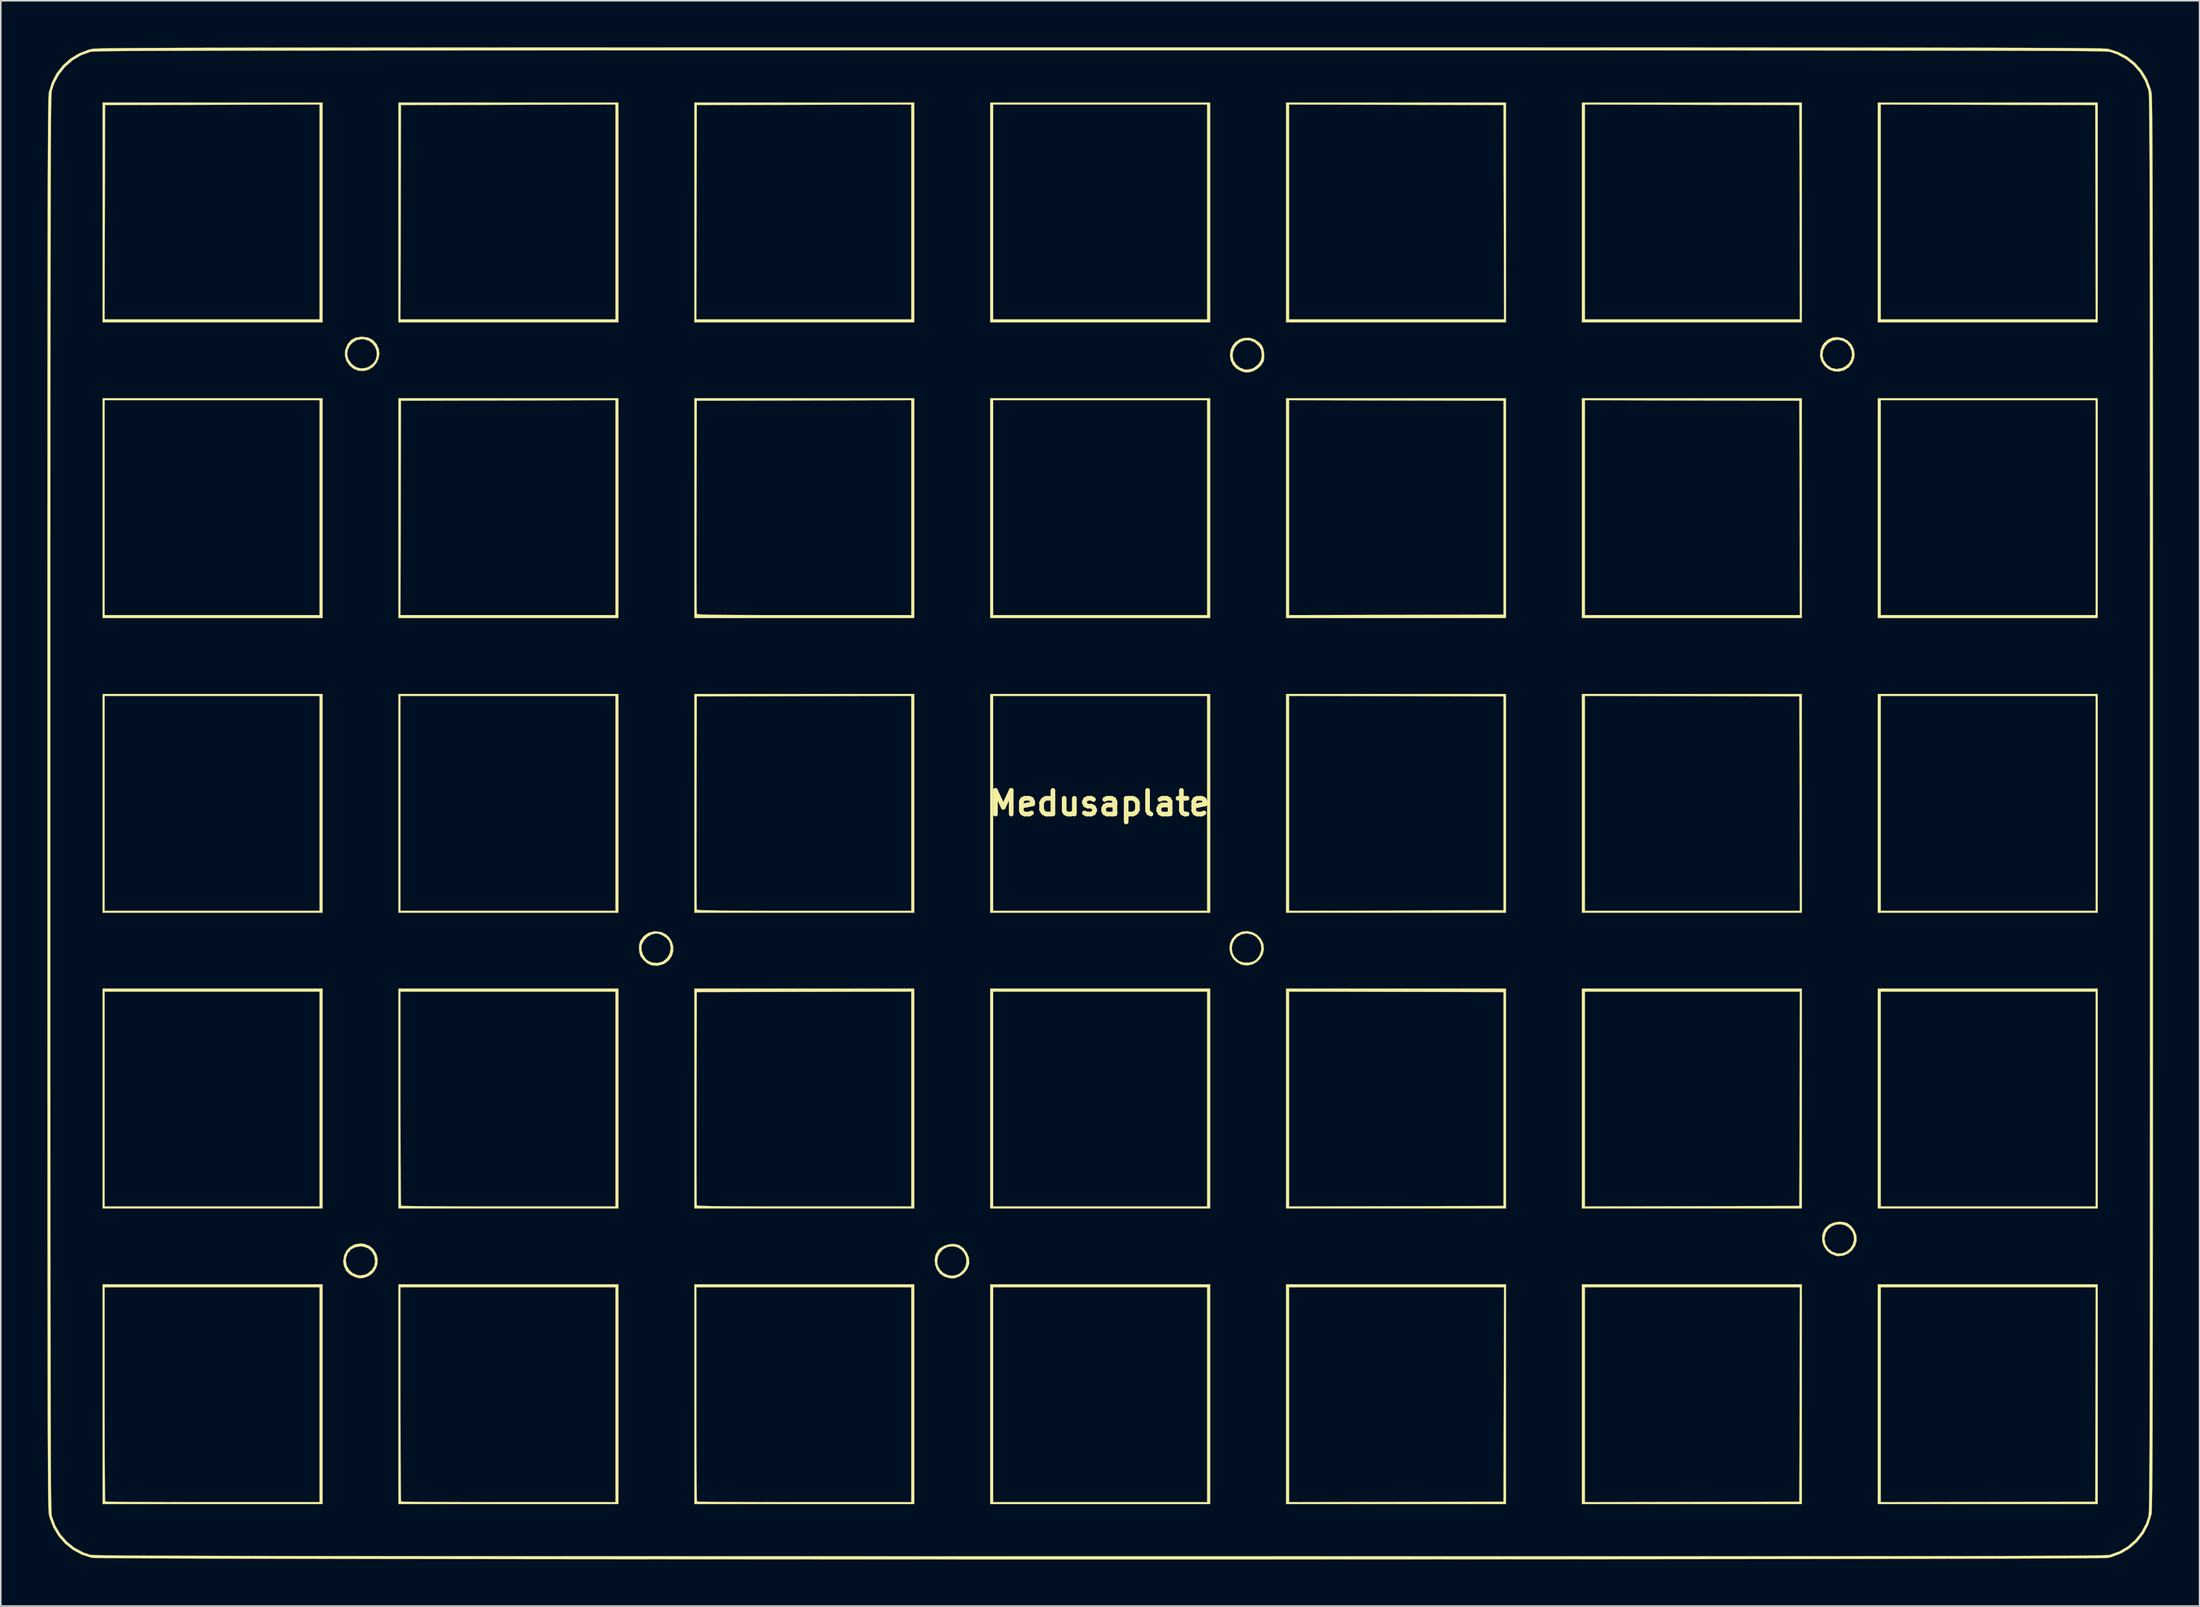
<source format=kicad_pcb>
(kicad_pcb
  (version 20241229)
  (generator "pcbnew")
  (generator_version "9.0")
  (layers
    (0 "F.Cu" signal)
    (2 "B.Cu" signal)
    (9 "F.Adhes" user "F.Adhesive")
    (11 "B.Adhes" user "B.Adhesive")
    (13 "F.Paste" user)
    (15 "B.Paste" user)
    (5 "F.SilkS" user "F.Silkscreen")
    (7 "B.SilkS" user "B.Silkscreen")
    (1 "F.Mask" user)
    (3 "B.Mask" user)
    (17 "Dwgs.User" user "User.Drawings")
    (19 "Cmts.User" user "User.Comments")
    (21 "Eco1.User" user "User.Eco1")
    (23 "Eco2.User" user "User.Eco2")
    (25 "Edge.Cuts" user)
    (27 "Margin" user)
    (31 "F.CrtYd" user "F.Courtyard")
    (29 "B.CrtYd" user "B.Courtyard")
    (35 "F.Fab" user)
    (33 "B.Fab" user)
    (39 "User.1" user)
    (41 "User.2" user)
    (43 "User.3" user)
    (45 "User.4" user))
  (footprint "Medusaplate"
    (layer "F.Cu")
    (at 67.757 48.707)
    (property "Reference" "Medusaplate" (at 0 0 0) (layer "F.SilkS") (effects (font (size 1.524 1.524) (thickness 0.3))))
    (attr through_hole)
    (fp_poly (pts (xy -50.038 -11.938) (xy -64.198 -11.938) (xy -64.198 -25.971) (xy -64.072 -25.971) (xy -64.072 -12.129) (xy -50.228 -12.129) (xy -50.228 -25.971) (xy -64.072 -25.971) (xy -64.198 -25.971) (xy -64.198 -26.099) (xy -50.038 -26.099) (xy -50.038 -11.938)) (stroke (width 0.01) (type solid)) (fill yes) (layer "F.SilkS"))
    (fp_poly (pts (xy -50.038 7.048) (xy -64.198 7.048) (xy -64.198 -6.921) (xy -64.072 -6.921) (xy -64.072 6.921) (xy -50.228 6.921) (xy -50.228 -6.921) (xy -64.072 -6.921) (xy -64.198 -6.921) (xy -64.198 -7.048) (xy -50.038 -7.048) (xy -50.038 7.048)) (stroke (width 0.01) (type solid)) (fill yes) (layer "F.SilkS"))
    (fp_poly (pts (xy -50.038 26.099) (xy -64.198 26.099) (xy -64.198 12.129) (xy -64.072 12.129) (xy -64.072 25.971) (xy -50.228 25.971) (xy -50.228 12.129) (xy -64.072 12.129) (xy -64.198 12.129) (xy -64.198 11.938) (xy -50.038 11.938) (xy -50.038 26.099)) (stroke (width 0.01) (type solid)) (fill yes) (layer "F.SilkS"))
    (fp_poly (pts (xy -30.988 7.048) (xy -45.148 7.048) (xy -45.148 -6.921) (xy -45.022 -6.921) (xy -45.022 6.921) (xy -31.178 6.921) (xy -31.178 -6.921) (xy -45.022 -6.921) (xy -45.148 -6.921) (xy -45.148 -7.048) (xy -30.988 -7.048) (xy -30.988 7.048)) (stroke (width 0.01) (type solid)) (fill yes) (layer "F.SilkS"))
    (fp_poly (pts (xy 7.112 -30.988) (xy -7.048 -30.988) (xy -7.048 -45.022) (xy -6.858 -45.022) (xy -6.858 -31.178) (xy 6.921 -31.178) (xy 6.921 -45.022) (xy -6.858 -45.022) (xy -7.048 -45.022) (xy -7.048 -45.148) (xy 7.112 -45.148) (xy 7.112 -30.988)) (stroke (width 0.01) (type solid)) (fill yes) (layer "F.SilkS"))
    (fp_poly (pts (xy 7.112 -11.938) (xy -7.048 -11.938) (xy -7.048 -25.971) (xy -6.858 -25.971) (xy -6.858 -12.129) (xy 6.921 -12.129) (xy 6.921 -25.971) (xy -6.858 -25.971) (xy -7.048 -25.971) (xy -7.048 -26.099) (xy 7.112 -26.099) (xy 7.112 -11.938)) (stroke (width 0.01) (type solid)) (fill yes) (layer "F.SilkS"))
    (fp_poly (pts (xy 7.112 7.048) (xy -7.048 7.048) (xy -7.048 -6.921) (xy -6.858 -6.921) (xy -6.858 6.921) (xy 6.921 6.921) (xy 6.921 -6.921) (xy -6.858 -6.921) (xy -7.048 -6.921) (xy -7.048 -7.048) (xy 7.112 -7.048) (xy 7.112 7.048)) (stroke (width 0.01) (type solid)) (fill yes) (layer "F.SilkS"))
    (fp_poly (pts (xy 7.112 26.099) (xy -7.048 26.099) (xy -7.048 12.129) (xy -6.858 12.129) (xy -6.858 25.971) (xy 6.921 25.971) (xy 6.921 12.129) (xy -6.858 12.129) (xy -7.048 12.129) (xy -7.048 11.938) (xy 7.112 11.938) (xy 7.112 26.099)) (stroke (width 0.01) (type solid)) (fill yes) (layer "F.SilkS"))
    (fp_poly (pts (xy 7.112 45.148) (xy -7.048 45.148) (xy -7.048 31.178) (xy -6.858 31.178) (xy -6.858 45.022) (xy 6.921 45.022) (xy 6.921 31.178) (xy -6.858 31.178) (xy -7.048 31.178) (xy -7.048 30.988) (xy 7.112 30.988) (xy 7.112 45.148)) (stroke (width 0.01) (type solid)) (fill yes) (layer "F.SilkS"))
    (fp_poly (pts (xy 26.162 45.148) (xy 12.002 45.148) (xy 12.002 31.178) (xy 12.192 31.178) (xy 12.192 45.022) (xy 26.003 44.99) (xy 26.036 31.178) (xy 12.192 31.178) (xy 12.002 31.178) (xy 12.002 30.988) (xy 26.162 30.988) (xy 26.162 45.148)) (stroke (width 0.01) (type solid)) (fill yes) (layer "F.SilkS"))
    (fp_poly (pts (xy 45.212 26.099) (xy 31.052 26.099) (xy 31.052 12.129) (xy 31.242 12.129) (xy 31.242 25.972) (xy 45.053 25.94) (xy 45.086 12.129) (xy 31.242 12.129) (xy 31.052 12.129) (xy 31.052 11.938) (xy 45.212 11.938) (xy 45.212 26.099)) (stroke (width 0.01) (type solid)) (fill yes) (layer "F.SilkS"))
    (fp_poly (pts (xy 45.212 45.148) (xy 31.052 45.148) (xy 31.052 31.178) (xy 31.242 31.178) (xy 31.242 45.022) (xy 45.053 44.99) (xy 45.086 31.178) (xy 31.242 31.178) (xy 31.052 31.178) (xy 31.052 30.988) (xy 45.212 30.988) (xy 45.212 45.148)) (stroke (width 0.01) (type solid)) (fill yes) (layer "F.SilkS"))
    (fp_poly (pts (xy 64.262 -11.938) (xy 50.102 -11.938) (xy 50.102 -25.971) (xy 50.292 -25.971) (xy 50.292 -12.129) (xy 64.135 -12.129) (xy 64.135 -25.971) (xy 50.292 -25.971) (xy 50.102 -25.971) (xy 50.102 -26.099) (xy 64.262 -26.099) (xy 64.262 -11.938)) (stroke (width 0.01) (type solid)) (fill yes) (layer "F.SilkS"))
    (fp_poly (pts (xy 64.262 7.048) (xy 50.102 7.048) (xy 50.102 -6.921) (xy 50.292 -6.921) (xy 50.292 6.921) (xy 64.135 6.921) (xy 64.135 -6.921) (xy 50.292 -6.921) (xy 50.102 -6.921) (xy 50.102 -7.048) (xy 64.262 -7.048) (xy 64.262 7.048)) (stroke (width 0.01) (type solid)) (fill yes) (layer "F.SilkS"))
    (fp_poly (pts (xy 64.262 26.099) (xy 50.102 26.099) (xy 50.102 12.129) (xy 50.292 12.129) (xy 50.292 25.971) (xy 64.135 25.971) (xy 64.135 12.129) (xy 50.292 12.129) (xy 50.102 12.129) (xy 50.102 11.938) (xy 64.262 11.938) (xy 64.262 26.099)) (stroke (width 0.01) (type solid)) (fill yes) (layer "F.SilkS"))
    (fp_poly (pts (xy 64.262 45.148) (xy 50.102 45.148) (xy 50.102 31.178) (xy 50.292 31.178) (xy 50.292 45.022) (xy 64.103 44.99) (xy 64.136 31.178) (xy 50.292 31.178) (xy 50.102 31.178) (xy 50.102 30.988) (xy 64.262 30.988) (xy 64.262 45.148)) (stroke (width 0.01) (type solid)) (fill yes) (layer "F.SilkS"))
    (fp_poly (pts (xy 26.162 -30.988) (xy 12.002 -30.988) (xy 12.002 -31.178) (xy 12.192 -31.178) (xy 26.036 -31.178) (xy 26.003 -44.99) (xy 19.098 -45.006) (xy 12.192 -45.022) (xy 12.192 -31.178) (xy 12.002 -31.178) (xy 12.002 -45.148) (xy 26.162 -45.148) (xy 26.162 -30.988)) (stroke (width 0.01) (type solid)) (fill yes) (layer "F.SilkS"))
    (fp_poly (pts (xy 26.162 -11.938) (xy 12.002 -11.938) (xy 12.002 -12.128) (xy 12.192 -12.128) (xy 26.003 -12.16) (xy 26.003 -25.94) (xy 19.098 -25.956) (xy 12.192 -25.972) (xy 12.192 -12.128) (xy 12.002 -12.128) (xy 12.002 -26.099) (xy 26.162 -26.099) (xy 26.162 -11.938)) (stroke (width 0.01) (type solid)) (fill yes) (layer "F.SilkS"))
    (fp_poly (pts (xy 26.162 7.048) (xy 12.002 7.048) (xy 12.002 6.922) (xy 12.192 6.922) (xy 26.003 6.89) (xy 26.003 -6.89) (xy 19.098 -6.906) (xy 12.192 -6.922) (xy 12.192 6.922) (xy 12.002 6.922) (xy 12.002 -7.048) (xy 26.162 -7.048) (xy 26.162 7.048)) (stroke (width 0.01) (type solid)) (fill yes) (layer "F.SilkS"))
    (fp_poly (pts (xy 26.162 26.099) (xy 12.002 26.099) (xy 12.002 25.972) (xy 12.192 25.972) (xy 26.003 25.94) (xy 26.003 12.16) (xy 19.098 12.144) (xy 12.192 12.128) (xy 12.192 25.972) (xy 12.002 25.972) (xy 12.002 11.938) (xy 26.162 11.938) (xy 26.162 26.099)) (stroke (width 0.01) (type solid)) (fill yes) (layer "F.SilkS"))
    (fp_poly (pts (xy 45.212 -30.988) (xy 31.052 -30.988) (xy 31.052 -31.178) (xy 31.242 -31.178) (xy 45.086 -31.178) (xy 45.053 -44.99) (xy 38.148 -45.006) (xy 31.242 -45.022) (xy 31.242 -31.178) (xy 31.052 -31.178) (xy 31.052 -45.148) (xy 45.212 -45.148) (xy 45.212 -30.988)) (stroke (width 0.01) (type solid)) (fill yes) (layer "F.SilkS"))
    (fp_poly (pts (xy 45.212 -11.938) (xy 31.052 -11.938) (xy 31.052 -12.129) (xy 31.242 -12.129) (xy 45.086 -12.129) (xy 45.053 -25.94) (xy 38.148 -25.956) (xy 31.242 -25.972) (xy 31.242 -12.129) (xy 31.052 -12.129) (xy 31.052 -26.099) (xy 45.212 -26.099) (xy 45.212 -11.938)) (stroke (width 0.01) (type solid)) (fill yes) (layer "F.SilkS"))
    (fp_poly (pts (xy 45.212 7.048) (xy 31.052 7.048) (xy 31.052 6.921) (xy 31.242 6.921) (xy 45.086 6.921) (xy 45.053 -6.89) (xy 38.148 -6.906) (xy 31.242 -6.922) (xy 31.242 6.921) (xy 31.052 6.921) (xy 31.052 -7.048) (xy 45.212 -7.048) (xy 45.212 7.048)) (stroke (width 0.01) (type solid)) (fill yes) (layer "F.SilkS"))
    (fp_poly (pts (xy 64.262 -30.988) (xy 50.102 -30.988) (xy 50.102 -31.178) (xy 50.292 -31.178) (xy 64.136 -31.178) (xy 64.103 -44.99) (xy 57.198 -45.006) (xy 50.292 -45.022) (xy 50.292 -31.178) (xy 50.102 -31.178) (xy 50.102 -45.148) (xy 64.262 -45.148) (xy 64.262 -30.988)) (stroke (width 0.01) (type solid)) (fill yes) (layer "F.SilkS"))
    (fp_poly (pts (xy -50.038 -30.988) (xy -64.198 -30.988) (xy -64.198 -31.178) (xy -64.072 -31.178) (xy -50.228 -31.178) (xy -50.228 -45.022) (xy -57.134 -45.006) (xy -64.04 -44.99) (xy -64.056 -38.084) (xy -64.072 -31.178) (xy -64.198 -31.178) (xy -64.198 -45.148) (xy -50.038 -45.148) (xy -50.038 -30.988)) (stroke (width 0.01) (type solid)) (fill yes) (layer "F.SilkS"))
    (fp_poly (pts (xy -30.988 -30.988) (xy -45.148 -30.988) (xy -45.148 -31.178) (xy -45.022 -31.178) (xy -31.178 -31.178) (xy -31.178 -45.022) (xy -38.084 -45.006) (xy -44.99 -44.99) (xy -45.006 -38.084) (xy -45.022 -31.178) (xy -45.148 -31.178) (xy -45.148 -45.148) (xy -30.988 -45.148) (xy -30.988 -30.988)) (stroke (width 0.01) (type solid)) (fill yes) (layer "F.SilkS"))
    (fp_poly (pts (xy -30.988 -11.938) (xy -45.148 -11.938) (xy -45.148 -12.129) (xy -45.022 -12.129) (xy -31.178 -12.129) (xy -31.178 -25.972) (xy -38.084 -25.956) (xy -44.99 -25.94) (xy -45.006 -19.034) (xy -45.022 -12.129) (xy -45.148 -12.129) (xy -45.148 -26.099) (xy -30.988 -26.099) (xy -30.988 -11.938)) (stroke (width 0.01) (type solid)) (fill yes) (layer "F.SilkS"))
    (fp_poly (pts (xy -11.938 -30.988) (xy -26.099 -30.988) (xy -26.099 -31.178) (xy -25.972 -31.178) (xy -12.129 -31.178) (xy -12.129 -45.022) (xy -19.034 -45.006) (xy -25.94 -44.99) (xy -25.956 -38.084) (xy -25.972 -31.178) (xy -26.099 -31.178) (xy -26.099 -45.148) (xy -11.938 -45.148) (xy -11.938 -30.988)) (stroke (width 0.01) (type solid)) (fill yes) (layer "F.SilkS"))
    (fp_poly (pts (xy -50.038 45.148) (xy -64.198 45.148) (xy -64.198 31.178) (xy -64.072 31.178) (xy -64.072 38.058) (xy -64.071 38.982) (xy -64.07 39.87) (xy -64.068 40.715) (xy -64.066 41.507) (xy -64.063 42.239) (xy -64.059 42.902) (xy -64.055 43.488) (xy -64.051 43.989) (xy -64.046 44.397) (xy -64.041 44.703) (xy -64.035 44.9) (xy -64.03 44.978) (xy -64.029 44.979) (xy -63.961 44.985) (xy -63.775 44.99) (xy -63.477 44.995) (xy -63.078 45) (xy -62.584 45.005) (xy -62.005 45.009) (xy -61.348 45.012) (xy -60.622 45.016) (xy -59.834 45.018) (xy -58.994 45.02) (xy -58.109 45.021) (xy -57.188 45.021) (xy -57.108 45.022) (xy -50.228 45.022) (xy -50.228 31.178) (xy -64.072 31.178) (xy -64.198 31.178) (xy -64.198 30.988) (xy -50.038 30.988) (xy -50.038 45.148)) (stroke (width 0.01) (type solid)) (fill yes) (layer "F.SilkS"))
    (fp_poly (pts (xy -30.988 26.099) (xy -45.148 26.099) (xy -45.148 12.129) (xy -45.022 12.129) (xy -45.022 19.008) (xy -45.021 19.932) (xy -45.02 20.82) (xy -45.018 21.665) (xy -45.016 22.457) (xy -45.013 23.189) (xy -45.009 23.852) (xy -45.005 24.438) (xy -45.001 24.939) (xy -44.996 25.347) (xy -44.991 25.653) (xy -44.985 25.85) (xy -44.98 25.928) (xy -44.979 25.929) (xy -44.911 25.935) (xy -44.725 25.94) (xy -44.427 25.945) (xy -44.028 25.95) (xy -43.534 25.955) (xy -42.955 25.959) (xy -42.298 25.962) (xy -41.572 25.966) (xy -40.784 25.968) (xy -39.944 25.97) (xy -39.059 25.971) (xy -38.138 25.971) (xy -38.058 25.971) (xy -31.178 25.971) (xy -31.178 12.129) (xy -45.022 12.129) (xy -45.148 12.129) (xy -45.148 11.938) (xy -30.988 11.938) (xy -30.988 26.099)) (stroke (width 0.01) (type solid)) (fill yes) (layer "F.SilkS"))
    (fp_poly (pts (xy -30.988 45.148) (xy -45.148 45.148) (xy -45.148 31.178) (xy -45.022 31.178) (xy -45.022 38.058) (xy -45.021 38.982) (xy -45.02 39.87) (xy -45.018 40.715) (xy -45.016 41.507) (xy -45.013 42.239) (xy -45.009 42.902) (xy -45.005 43.488) (xy -45.001 43.989) (xy -44.996 44.397) (xy -44.991 44.703) (xy -44.985 44.9) (xy -44.98 44.978) (xy -44.979 44.979) (xy -44.911 44.985) (xy -44.725 44.99) (xy -44.427 44.995) (xy -44.028 45) (xy -43.534 45.005) (xy -42.955 45.009) (xy -42.298 45.012) (xy -41.572 45.016) (xy -40.784 45.018) (xy -39.944 45.02) (xy -39.059 45.021) (xy -38.138 45.021) (xy -38.058 45.022) (xy -31.178 45.022) (xy -31.178 31.178) (xy -45.022 31.178) (xy -45.148 31.178) (xy -45.148 30.988) (xy -30.988 30.988) (xy -30.988 45.148)) (stroke (width 0.01) (type solid)) (fill yes) (layer "F.SilkS"))
    (fp_poly (pts (xy -11.938 45.148) (xy -26.099 45.148) (xy -26.099 31.178) (xy -25.971 31.178) (xy -25.971 38.058) (xy -25.971 38.982) (xy -25.97 39.87) (xy -25.968 40.715) (xy -25.966 41.507) (xy -25.963 42.239) (xy -25.959 42.902) (xy -25.955 43.488) (xy -25.951 43.989) (xy -25.946 44.397) (xy -25.941 44.703) (xy -25.935 44.9) (xy -25.93 44.978) (xy -25.929 44.979) (xy -25.861 44.985) (xy -25.675 44.99) (xy -25.377 44.995) (xy -24.978 45) (xy -24.484 45.005) (xy -23.905 45.009) (xy -23.248 45.012) (xy -22.522 45.016) (xy -21.734 45.018) (xy -20.894 45.02) (xy -20.009 45.021) (xy -19.088 45.021) (xy -19.008 45.022) (xy -12.129 45.022) (xy -12.129 31.178) (xy -25.971 31.178) (xy -26.099 31.178) (xy -26.099 30.988) (xy -11.938 30.988) (xy -11.938 45.148)) (stroke (width 0.01) (type solid)) (fill yes) (layer "F.SilkS"))
    (fp_poly (pts (xy -11.938 -11.938) (xy -26.099 -11.938) (xy -26.099 -15.672) (xy -25.96 -15.672) (xy -25.96 -14.941) (xy -25.959 -14.279) (xy -25.957 -13.693) (xy -25.955 -13.193) (xy -25.953 -12.786) (xy -25.95 -12.48) (xy -25.946 -12.285) (xy -25.942 -12.208) (xy -25.942 -12.208) (xy -25.914 -12.195) (xy -25.834 -12.183) (xy -25.698 -12.173) (xy -25.498 -12.164) (xy -25.23 -12.156) (xy -24.888 -12.15) (xy -24.464 -12.144) (xy -23.954 -12.139) (xy -23.351 -12.136) (xy -22.65 -12.133) (xy -21.844 -12.131) (xy -20.928 -12.129) (xy -19.895 -12.129) (xy -19.02 -12.129) (xy -12.129 -12.129) (xy -12.129 -25.972) (xy -19.034 -25.956) (xy -25.94 -25.94) (xy -25.956 -19.113) (xy -25.958 -18.192) (xy -25.959 -17.306) (xy -25.96 -16.463) (xy -25.96 -15.672) (xy -26.099 -15.672) (xy -26.099 -26.099) (xy -11.938 -26.099) (xy -11.938 -11.938)) (stroke (width 0.01) (type solid)) (fill yes) (layer "F.SilkS"))
    (fp_poly (pts (xy -11.938 7.048) (xy -26.099 7.048) (xy -26.099 3.378) (xy -25.96 3.378) (xy -25.96 4.109) (xy -25.959 4.771) (xy -25.957 5.357) (xy -25.955 5.857) (xy -25.953 6.264) (xy -25.95 6.57) (xy -25.946 6.765) (xy -25.942 6.842) (xy -25.942 6.842) (xy -25.914 6.855) (xy -25.834 6.867) (xy -25.698 6.877) (xy -25.498 6.886) (xy -25.23 6.894) (xy -24.888 6.9) (xy -24.464 6.906) (xy -23.954 6.911) (xy -23.351 6.914) (xy -22.65 6.917) (xy -21.844 6.919) (xy -20.928 6.921) (xy -19.895 6.921) (xy -19.02 6.921) (xy -12.129 6.921) (xy -12.129 -6.922) (xy -19.034 -6.906) (xy -25.94 -6.89) (xy -25.956 -0.064) (xy -25.958 0.858) (xy -25.959 1.744) (xy -25.96 2.587) (xy -25.96 3.378) (xy -26.099 3.378) (xy -26.099 -7.048) (xy -11.938 -7.048) (xy -11.938 7.048)) (stroke (width 0.01) (type solid)) (fill yes) (layer "F.SilkS"))
    (fp_poly (pts (xy -11.938 26.099) (xy -26.099 26.099) (xy -26.099 22.428) (xy -25.96 22.428) (xy -25.96 23.159) (xy -25.959 23.821) (xy -25.957 24.407) (xy -25.955 24.907) (xy -25.953 25.314) (xy -25.95 25.62) (xy -25.946 25.815) (xy -25.942 25.892) (xy -25.942 25.892) (xy -25.914 25.905) (xy -25.834 25.917) (xy -25.698 25.927) (xy -25.498 25.936) (xy -25.23 25.944) (xy -24.888 25.95) (xy -24.464 25.956) (xy -23.954 25.961) (xy -23.351 25.964) (xy -22.65 25.967) (xy -21.844 25.969) (xy -20.928 25.971) (xy -19.895 25.971) (xy -19.02 25.971) (xy -12.129 25.971) (xy -12.129 12.128) (xy -19.034 12.144) (xy -25.94 12.16) (xy -25.956 18.986) (xy -25.958 19.908) (xy -25.959 20.794) (xy -25.96 21.637) (xy -25.96 22.428) (xy -26.099 22.428) (xy -26.099 11.938) (xy -11.938 11.938) (xy -11.938 26.099)) (stroke (width 0.01) (type solid)) (fill yes) (layer "F.SilkS"))
    (fp_poly (pts (xy 47.842 -29.976) (xy 48.152 -29.818) (xy 48.394 -29.578) (xy 48.55 -29.276) (xy 48.607 -28.932) (xy 48.579 -28.675) (xy 48.445 -28.345) (xy 48.224 -28.086) (xy 47.939 -27.908) (xy 47.614 -27.822) (xy 47.273 -27.839) (xy 46.96 -27.958) (xy 46.67 -28.188) (xy 46.478 -28.479) (xy 46.387 -28.808) (xy 46.39 -28.874) (xy 46.541 -28.874) (xy 46.61 -28.577) (xy 46.635 -28.524) (xy 46.847 -28.234) (xy 47.118 -28.052) (xy 47.427 -27.982) (xy 47.759 -28.031) (xy 47.974 -28.126) (xy 48.226 -28.328) (xy 48.38 -28.58) (xy 48.441 -28.859) (xy 48.415 -29.142) (xy 48.31 -29.407) (xy 48.13 -29.631) (xy 47.883 -29.792) (xy 47.574 -29.867) (xy 47.498 -29.869) (xy 47.184 -29.814) (xy 46.916 -29.663) (xy 46.71 -29.441) (xy 46.58 -29.17) (xy 46.541 -28.874) (xy 46.39 -28.874) (xy 46.403 -29.15) (xy 46.529 -29.482) (xy 46.65 -29.654) (xy 46.908 -29.887) (xy 47.207 -30.009) (xy 47.479 -30.034) (xy 47.842 -29.976)) (stroke (width 0.01) (type solid)) (fill yes) (layer "F.SilkS"))
    (fp_poly (pts (xy -47.116 -30.012) (xy -46.803 -29.855) (xy -46.569 -29.605) (xy -46.419 -29.284) (xy -46.381 -28.955) (xy -46.44 -28.637) (xy -46.584 -28.349) (xy -46.799 -28.11) (xy -47.074 -27.939) (xy -47.394 -27.856) (xy -47.744 -27.879) (xy -48.058 -28.008) (xy -48.315 -28.228) (xy -48.501 -28.511) (xy -48.597 -28.83) (xy -48.595 -28.923) (xy -48.452 -28.923) (xy -48.381 -28.629) (xy -48.361 -28.588) (xy -48.148 -28.293) (xy -47.877 -28.102) (xy -47.568 -28.021) (xy -47.24 -28.057) (xy -47.048 -28.133) (xy -46.785 -28.327) (xy -46.62 -28.572) (xy -46.546 -28.847) (xy -46.558 -29.13) (xy -46.652 -29.399) (xy -46.82 -29.631) (xy -47.057 -29.805) (xy -47.358 -29.898) (xy -47.504 -29.908) (xy -47.817 -29.853) (xy -48.083 -29.704) (xy -48.288 -29.484) (xy -48.416 -29.215) (xy -48.452 -28.923) (xy -48.595 -28.923) (xy -48.588 -29.159) (xy -48.576 -29.21) (xy -48.428 -29.577) (xy -48.21 -29.84) (xy -47.917 -30) (xy -47.545 -30.062) (xy -47.497 -30.063) (xy -47.116 -30.012)) (stroke (width 0.01) (type solid)) (fill yes) (layer "F.SilkS"))
    (fp_poly (pts (xy -47.345 28.383) (xy -47.016 28.516) (xy -46.756 28.738) (xy -46.578 29.024) (xy -46.491 29.35) (xy -46.508 29.692) (xy -46.602 29.959) (xy -46.784 30.236) (xy -47.015 30.422) (xy -47.224 30.515) (xy -47.474 30.586) (xy -47.686 30.59) (xy -47.928 30.527) (xy -47.964 30.514) (xy -48.301 30.336) (xy -48.54 30.08) (xy -48.675 29.755) (xy -48.703 29.483) (xy -48.7 29.464) (xy -48.538 29.464) (xy -48.48 29.789) (xy -48.32 30.067) (xy -48.08 30.277) (xy -47.781 30.397) (xy -47.593 30.416) (xy -47.279 30.359) (xy -47.116 30.274) (xy -46.856 30.052) (xy -46.707 29.808) (xy -46.657 29.517) (xy -46.657 29.512) (xy -46.707 29.163) (xy -46.857 28.878) (xy -47.094 28.672) (xy -47.403 28.56) (xy -47.593 28.543) (xy -47.941 28.598) (xy -48.222 28.751) (xy -48.422 28.99) (xy -48.526 29.301) (xy -48.538 29.464) (xy -48.7 29.464) (xy -48.645 29.12) (xy -48.487 28.809) (xy -48.247 28.568) (xy -47.945 28.412) (xy -47.601 28.355) (xy -47.345 28.383)) (stroke (width 0.01) (type solid)) (fill yes) (layer "F.SilkS"))
    (fp_poly (pts (xy 47.951 26.986) (xy 48.181 27.072) (xy 48.393 27.242) (xy 48.578 27.493) (xy 48.703 27.778) (xy 48.726 27.869) (xy 48.733 28.205) (xy 48.632 28.519) (xy 48.445 28.792) (xy 48.189 29.004) (xy 47.887 29.137) (xy 47.556 29.171) (xy 47.403 29.149) (xy 47.07 29.015) (xy 46.807 28.795) (xy 46.622 28.514) (xy 46.523 28.194) (xy 46.523 28.06) (xy 46.673 28.06) (xy 46.732 28.392) (xy 46.9 28.676) (xy 47.161 28.886) (xy 47.171 28.891) (xy 47.495 29.002) (xy 47.82 28.986) (xy 48.071 28.892) (xy 48.318 28.7) (xy 48.486 28.436) (xy 48.567 28.133) (xy 48.55 27.822) (xy 48.451 27.574) (xy 48.236 27.324) (xy 47.974 27.173) (xy 47.687 27.115) (xy 47.399 27.143) (xy 47.13 27.252) (xy 46.905 27.435) (xy 46.746 27.686) (xy 46.674 27.999) (xy 46.673 28.06) (xy 46.523 28.06) (xy 46.521 27.858) (xy 46.624 27.532) (xy 46.722 27.374) (xy 46.959 27.155) (xy 47.267 27.012) (xy 47.61 26.953) (xy 47.951 26.986)) (stroke (width 0.01) (type solid)) (fill yes) (layer "F.SilkS"))
    (fp_poly (pts (xy -9.055 28.461) (xy -9.021 28.477) (xy -8.759 28.676) (xy -8.555 28.951) (xy -8.427 29.266) (xy -8.396 29.586) (xy -8.407 29.673) (xy -8.525 29.993) (xy -8.736 30.268) (xy -9.013 30.474) (xy -9.328 30.589) (xy -9.493 30.605) (xy -9.717 30.576) (xy -9.958 30.506) (xy -10.013 30.483) (xy -10.281 30.299) (xy -10.474 30.04) (xy -10.59 29.733) (xy -10.609 29.539) (xy -10.461 29.539) (xy -10.423 29.776) (xy -10.281 30.053) (xy -10.057 30.263) (xy -9.781 30.395) (xy -9.481 30.438) (xy -9.185 30.382) (xy -9.017 30.293) (xy -8.77 30.059) (xy -8.625 29.79) (xy -8.576 29.505) (xy -8.611 29.224) (xy -8.724 28.967) (xy -8.905 28.754) (xy -9.146 28.604) (xy -9.437 28.537) (xy -9.771 28.573) (xy -9.776 28.574) (xy -10.059 28.711) (xy -10.278 28.937) (xy -10.417 29.223) (xy -10.461 29.539) (xy -10.609 29.539) (xy -10.623 29.408) (xy -10.568 29.092) (xy -10.421 28.812) (xy -10.309 28.694) (xy -10.022 28.51) (xy -9.692 28.405) (xy -9.356 28.387) (xy -9.055 28.461)) (stroke (width 0.01) (type solid)) (fill yes) (layer "F.SilkS"))
    (fp_poly (pts (xy 9.84 8.306) (xy 10.135 8.469) (xy 10.372 8.715) (xy 10.528 9.033) (xy 10.537 9.067) (xy 10.57 9.408) (xy 10.496 9.727) (xy 10.331 10.008) (xy 10.097 10.232) (xy 9.81 10.384) (xy 9.489 10.445) (xy 9.154 10.398) (xy 9.112 10.384) (xy 8.796 10.211) (xy 8.563 9.966) (xy 8.416 9.672) (xy 8.36 9.353) (xy 8.362 9.335) (xy 8.507 9.335) (xy 8.546 9.62) (xy 8.674 9.884) (xy 8.896 10.105) (xy 9.018 10.179) (xy 9.282 10.259) (xy 9.583 10.264) (xy 9.868 10.199) (xy 10.022 10.117) (xy 10.168 9.972) (xy 10.295 9.789) (xy 10.303 9.774) (xy 10.405 9.452) (xy 10.395 9.137) (xy 10.287 8.85) (xy 10.093 8.614) (xy 9.827 8.452) (xy 9.502 8.383) (xy 9.461 8.382) (xy 9.136 8.435) (xy 8.873 8.58) (xy 8.676 8.793) (xy 8.553 9.052) (xy 8.507 9.335) (xy 8.362 9.335) (xy 8.396 9.031) (xy 8.527 8.73) (xy 8.757 8.473) (xy 8.853 8.404) (xy 9.175 8.263) (xy 9.511 8.234) (xy 9.84 8.306)) (stroke (width 0.01) (type solid)) (fill yes) (layer "F.SilkS"))
    (fp_poly (pts (xy -28.225 8.295) (xy -27.931 8.437) (xy -27.703 8.651) (xy -27.545 8.916) (xy -27.463 9.212) (xy -27.46 9.518) (xy -27.542 9.815) (xy -27.714 10.082) (xy -27.979 10.298) (xy -28.094 10.357) (xy -28.445 10.46) (xy -28.8 10.442) (xy -28.918 10.412) (xy -29.136 10.299) (xy -29.357 10.107) (xy -29.537 9.878) (xy -29.571 9.818) (xy -29.636 9.607) (xy -29.661 9.339) (xy -29.651 9.185) (xy -29.502 9.185) (xy -29.497 9.465) (xy -29.402 9.756) (xy -29.235 10.012) (xy -29.088 10.143) (xy -28.809 10.26) (xy -28.493 10.284) (xy -28.188 10.214) (xy -28.082 10.16) (xy -27.839 9.945) (xy -27.683 9.664) (xy -27.62 9.351) (xy -27.661 9.037) (xy -27.747 8.845) (xy -27.912 8.662) (xy -28.146 8.505) (xy -28.395 8.403) (xy -28.543 8.382) (xy -28.842 8.441) (xy -29.12 8.6) (xy -29.345 8.832) (xy -29.484 9.111) (xy -29.502 9.185) (xy -29.651 9.185) (xy -29.644 9.075) (xy -29.587 8.877) (xy -29.361 8.562) (xy -29.068 8.352) (xy -28.714 8.253) (xy -28.58 8.245) (xy -28.225 8.295)) (stroke (width 0.01) (type solid)) (fill yes) (layer "F.SilkS"))
    (fp_poly (pts (xy 9.964 -29.898) (xy 10.274 -29.691) (xy 10.436 -29.51) (xy 10.529 -29.311) (xy 10.584 -29.042) (xy 10.597 -28.756) (xy 10.561 -28.506) (xy 10.541 -28.448) (xy 10.391 -28.216) (xy 10.16 -28.004) (xy 9.895 -27.851) (xy 9.797 -27.817) (xy 9.579 -27.766) (xy 9.411 -27.761) (xy 9.226 -27.807) (xy 9.124 -27.841) (xy 8.811 -28.01) (xy 8.585 -28.248) (xy 8.445 -28.532) (xy 8.391 -28.84) (xy 8.391 -28.845) (xy 8.557 -28.845) (xy 8.621 -28.535) (xy 8.786 -28.269) (xy 9.029 -28.068) (xy 9.327 -27.956) (xy 9.493 -27.94) (xy 9.807 -27.998) (xy 9.97 -28.083) (xy 10.231 -28.302) (xy 10.381 -28.542) (xy 10.437 -28.83) (xy 10.438 -28.892) (xy 10.398 -29.193) (xy 10.267 -29.44) (xy 10.029 -29.661) (xy 9.97 -29.702) (xy 9.689 -29.826) (xy 9.398 -29.841) (xy 9.119 -29.758) (xy 8.875 -29.592) (xy 8.687 -29.355) (xy 8.577 -29.061) (xy 8.557 -28.845) (xy 8.391 -28.845) (xy 8.419 -29.152) (xy 8.53 -29.445) (xy 8.722 -29.697) (xy 8.994 -29.886) (xy 9.244 -29.973) (xy 9.614 -29.995) (xy 9.964 -29.898)) (stroke (width 0.01) (type solid)) (fill yes) (layer "F.SilkS"))
    (fp_poly (pts (xy 3.51 -48.702) (xy 6.864 -48.702) (xy 10.095 -48.702) (xy 13.207 -48.702) (xy 16.199 -48.702) (xy 19.077 -48.702) (xy 21.84 -48.701) (xy 24.492 -48.701) (xy 27.035 -48.701) (xy 29.472 -48.7) (xy 31.803 -48.7) (xy 34.032 -48.699) (xy 36.161 -48.699) (xy 38.192 -48.698) (xy 40.128 -48.697) (xy 41.969 -48.696) (xy 43.72 -48.695) (xy 45.382 -48.694) (xy 46.956 -48.693) (xy 48.447 -48.692) (xy 49.855 -48.691) (xy 51.183 -48.689) (xy 52.433 -48.688) (xy 53.608 -48.686) (xy 54.709 -48.684) (xy 55.739 -48.683) (xy 56.7 -48.681) (xy 57.595 -48.679) (xy 58.425 -48.676) (xy 59.193 -48.674) (xy 59.901 -48.672) (xy 60.551 -48.669) (xy 61.146 -48.667) (xy 61.688 -48.664) (xy 62.178 -48.661) (xy 62.62 -48.658) (xy 63.015 -48.654) (xy 63.367 -48.651) (xy 63.676 -48.647) (xy 63.945 -48.644) (xy 64.176 -48.64) (xy 64.373 -48.636) (xy 64.536 -48.632) (xy 64.668 -48.627) (xy 64.772 -48.623) (xy 64.849 -48.618) (xy 64.902 -48.613) (xy 64.929 -48.609) (xy 65.567 -48.412) (xy 66.147 -48.109) (xy 66.658 -47.71) (xy 67.089 -47.227) (xy 67.428 -46.67) (xy 67.665 -46.051) (xy 67.722 -45.815) (xy 67.728 -45.776) (xy 67.734 -45.713) (xy 67.74 -45.625) (xy 67.745 -45.509) (xy 67.75 -45.363) (xy 67.755 -45.182) (xy 67.759 -44.966) (xy 67.763 -44.711) (xy 67.768 -44.414) (xy 67.771 -44.074) (xy 67.775 -43.686) (xy 67.779 -43.249) (xy 67.782 -42.76) (xy 67.785 -42.216) (xy 67.788 -41.614) (xy 67.791 -40.953) (xy 67.793 -40.228) (xy 67.795 -39.438) (xy 67.798 -38.58) (xy 67.8 -37.651) (xy 67.802 -36.648) (xy 67.803 -35.57) (xy 67.805 -34.412) (xy 67.806 -33.173) (xy 67.808 -31.85) (xy 67.809 -30.439) (xy 67.81 -28.94) (xy 67.811 -27.348) (xy 67.812 -25.661) (xy 67.813 -23.877) (xy 67.813 -21.992) (xy 67.814 -20.004) (xy 67.814 -17.911) (xy 67.815 -15.71) (xy 67.815 -13.398) (xy 67.815 -10.972) (xy 67.816 -8.43) (xy 67.816 -5.769) (xy 67.816 -2.987) (xy 67.816 -0.08) (xy 67.816 0) (xy 67.816 2.91) (xy 67.816 5.696) (xy 67.816 8.36) (xy 67.815 10.905) (xy 67.815 13.334) (xy 67.815 15.649) (xy 67.814 17.854) (xy 67.814 19.95) (xy 67.813 21.94) (xy 67.813 23.827) (xy 67.812 25.614) (xy 67.811 27.304) (xy 67.81 28.898) (xy 67.809 30.4) (xy 67.808 31.813) (xy 67.806 33.138) (xy 67.805 34.38) (xy 67.803 35.54) (xy 67.802 36.62) (xy 67.8 37.625) (xy 67.798 38.556) (xy 67.796 39.416) (xy 67.793 40.208) (xy 67.791 40.934) (xy 67.788 41.597) (xy 67.785 42.2) (xy 67.782 42.746) (xy 67.779 43.237) (xy 67.775 43.675) (xy 67.772 44.064) (xy 67.768 44.406) (xy 67.764 44.704) (xy 67.759 44.96) (xy 67.755 45.177) (xy 67.75 45.358) (xy 67.745 45.506) (xy 67.74 45.623) (xy 67.734 45.711) (xy 67.729 45.774) (xy 67.723 45.814) (xy 67.722 45.815) (xy 67.526 46.454) (xy 67.223 47.034) (xy 66.824 47.545) (xy 66.34 47.976) (xy 65.784 48.315) (xy 65.165 48.551) (xy 64.929 48.609) (xy 64.84 48.614) (xy 64.629 48.619) (xy 64.296 48.624) (xy 63.847 48.629) (xy 63.283 48.634) (xy 62.609 48.638) (xy 61.827 48.643) (xy 60.942 48.647) (xy 59.955 48.651) (xy 58.871 48.655) (xy 57.693 48.659) (xy 56.423 48.663) (xy 55.066 48.666) (xy 53.624 48.67) (xy 52.101 48.673) (xy 50.501 48.676) (xy 48.825 48.679) (xy 47.078 48.682) (xy 45.263 48.685) (xy 43.383 48.687) (xy 41.441 48.69) (xy 39.441 48.692) (xy 37.385 48.694) (xy 35.278 48.696) (xy 33.123 48.698) (xy 30.922 48.7) (xy 28.679 48.702) (xy 26.397 48.703) (xy 24.08 48.704) (xy 21.731 48.706) (xy 19.352 48.707) (xy 16.948 48.708) (xy 14.522 48.709) (xy 12.076 48.709) (xy 9.614 48.71) (xy 7.14 48.71) (xy 4.657 48.71) (xy 2.167 48.71) (xy -0.325 48.71) (xy -2.817 48.71) (xy -5.306 48.71) (xy -7.787 48.71) (xy -10.258 48.709) (xy -12.715 48.708) (xy -15.156 48.707) (xy -17.577 48.707) (xy -19.974 48.705) (xy -22.345 48.704) (xy -24.686 48.703) (xy -26.994 48.701) (xy -29.265 48.7) (xy -31.497 48.698) (xy -33.686 48.696) (xy -35.828 48.694) (xy -37.922 48.692) (xy -39.962 48.689) (xy -41.947 48.687) (xy -43.872 48.684) (xy -45.734 48.682) (xy -47.531 48.679) (xy -49.259 48.676) (xy -50.915 48.672) (xy -52.494 48.669) (xy -53.995 48.666) (xy -55.414 48.662) (xy -56.748 48.659) (xy -57.993 48.655) (xy -59.146 48.651) (xy -60.203 48.647) (xy -61.162 48.643) (xy -62.02 48.638) (xy -62.772 48.634) (xy -63.417 48.629) (xy -63.949 48.624) (xy -64.367 48.619) (xy -64.667 48.614) (xy -64.845 48.609) (xy -64.897 48.605) (xy -65.525 48.407) (xy -66.098 48.102) (xy -66.604 47.701) (xy -67.032 47.216) (xy -67.369 46.66) (xy -67.603 46.044) (xy -67.659 45.815) (xy -67.665 45.776) (xy -67.671 45.713) (xy -67.676 45.625) (xy -67.681 45.509) (xy -67.686 45.363) (xy -67.691 45.182) (xy -67.696 44.966) (xy -67.7 44.711) (xy -67.704 44.414) (xy -67.708 44.074) (xy -67.712 43.686) (xy -67.715 43.249) (xy -67.718 42.76) (xy -67.721 42.216) (xy -67.724 41.614) (xy -67.727 40.953) (xy -67.73 40.228) (xy -67.732 39.438) (xy -67.734 38.58) (xy -67.736 37.651) (xy -67.738 36.648) (xy -67.74 35.57) (xy -67.741 34.412) (xy -67.743 33.173) (xy -67.744 31.85) (xy -67.745 30.439) (xy -67.747 28.94) (xy -67.748 27.348) (xy -67.748 25.661) (xy -67.749 23.877) (xy -67.75 21.992) (xy -67.75 20.004) (xy -67.751 17.911) (xy -67.751 15.71) (xy -67.752 13.398) (xy -67.752 10.972) (xy -67.752 8.43) (xy -67.752 5.769) (xy -67.752 2.987) (xy -67.752 0.08) (xy -67.752 0) (xy -67.564 0) (xy -67.564 2.906) (xy -67.564 5.688) (xy -67.564 8.349) (xy -67.564 10.891) (xy -67.563 13.316) (xy -67.563 15.628) (xy -67.563 17.829) (xy -67.562 19.921) (xy -67.562 21.909) (xy -67.561 23.793) (xy -67.56 25.578) (xy -67.56 27.265) (xy -67.559 28.857) (xy -67.558 30.358) (xy -67.557 31.769) (xy -67.555 33.094) (xy -67.554 34.334) (xy -67.552 35.494) (xy -67.551 36.574) (xy -67.549 37.579) (xy -67.547 38.511) (xy -67.545 39.373) (xy -67.543 40.167) (xy -67.54 40.895) (xy -67.538 41.561) (xy -67.535 42.168) (xy -67.532 42.718) (xy -67.529 43.213) (xy -67.525 43.657) (xy -67.522 44.051) (xy -67.518 44.4) (xy -67.514 44.705) (xy -67.51 44.969) (xy -67.505 45.195) (xy -67.501 45.386) (xy -67.496 45.544) (xy -67.491 45.672) (xy -67.485 45.772) (xy -67.48 45.848) (xy -67.474 45.902) (xy -67.468 45.937) (xy -67.467 45.939) (xy -67.246 46.543) (xy -66.918 47.092) (xy -66.498 47.572) (xy -65.999 47.969) (xy -65.434 48.27) (xy -65.011 48.415) (xy -64.98 48.42) (xy -64.924 48.425) (xy -64.84 48.429) (xy -64.725 48.434) (xy -64.579 48.438) (xy -64.398 48.442) (xy -64.18 48.446) (xy -63.923 48.45) (xy -63.625 48.453) (xy -63.284 48.457) (xy -62.897 48.46) (xy -62.463 48.463) (xy -61.979 48.466) (xy -61.442 48.469) (xy -60.851 48.472) (xy -60.204 48.474) (xy -59.498 48.477) (xy -58.731 48.479) (xy -57.901 48.482) (xy -57.006 48.484) (xy -56.043 48.486) (xy -55.01 48.488) (xy -53.906 48.489) (xy -52.727 48.491) (xy -51.472 48.493) (xy -50.139 48.494) (xy -48.725 48.496) (xy -47.228 48.497) (xy -45.645 48.498) (xy -43.976 48.5) (xy -42.217 48.501) (xy -40.366 48.502) (xy -38.421 48.503) (xy -36.38 48.503) (xy -34.241 48.504) (xy -32.001 48.505) (xy -29.659 48.506) (xy -27.212 48.506) (xy -24.657 48.507) (xy -21.993 48.507) (xy -19.218 48.508) (xy -16.329 48.508) (xy -13.324 48.509) (xy -10.201 48.509) (xy -6.957 48.509) (xy -3.591 48.51) (xy -0.1 48.51) (xy 0.003 48.51) (xy 3.479 48.51) (xy 6.831 48.51) (xy 10.06 48.51) (xy 13.169 48.51) (xy 16.161 48.51) (xy 19.036 48.51) (xy 21.798 48.51) (xy 24.448 48.51) (xy 26.99 48.51) (xy 29.424 48.51) (xy 31.755 48.509) (xy 33.983 48.509) (xy 36.11 48.509) (xy 38.141 48.508) (xy 40.075 48.507) (xy 41.916 48.507) (xy 43.667 48.506) (xy 45.328 48.505) (xy 46.903 48.504) (xy 48.394 48.503) (xy 49.802 48.502) (xy 51.131 48.501) (xy 52.382 48.499) (xy 53.558 48.498) (xy 54.661 48.496) (xy 55.693 48.495) (xy 56.656 48.493) (xy 57.553 48.491) (xy 58.386 48.489) (xy 59.158 48.487) (xy 59.869 48.484) (xy 60.524 48.482) (xy 61.123 48.479) (xy 61.669 48.476) (xy 62.165 48.474) (xy 62.613 48.471) (xy 63.014 48.467) (xy 63.371 48.464) (xy 63.687 48.461) (xy 63.964 48.457) (xy 64.203 48.453) (xy 64.408 48.449) (xy 64.58 48.445) (xy 64.722 48.441) (xy 64.835 48.436) (xy 64.923 48.432) (xy 64.987 48.427) (xy 65.029 48.422) (xy 65.047 48.418) (xy 65.656 48.196) (xy 66.207 47.869) (xy 66.686 47.448) (xy 67.082 46.948) (xy 67.382 46.382) (xy 67.53 45.939) (xy 67.537 45.906) (xy 67.543 45.854) (xy 67.548 45.78) (xy 67.554 45.682) (xy 67.559 45.557) (xy 67.564 45.402) (xy 67.568 45.215) (xy 67.573 44.992) (xy 67.577 44.731) (xy 67.581 44.43) (xy 67.585 44.086) (xy 67.588 43.695) (xy 67.592 43.256) (xy 67.595 42.766) (xy 67.598 42.222) (xy 67.601 41.62) (xy 67.603 40.96) (xy 67.606 40.237) (xy 67.608 39.45) (xy 67.61 38.595) (xy 67.612 37.669) (xy 67.614 36.671) (xy 67.616 35.598) (xy 67.617 34.446) (xy 67.619 33.213) (xy 67.62 31.896) (xy 67.621 30.493) (xy 67.622 29.001) (xy 67.623 27.417) (xy 67.624 25.739) (xy 67.625 23.964) (xy 67.625 22.089) (xy 67.626 20.111) (xy 67.626 18.028) (xy 67.627 15.837) (xy 67.627 13.536) (xy 67.627 11.122) (xy 67.627 8.591) (xy 67.627 5.942) (xy 67.627 3.171) (xy 67.627 0.276) (xy 67.627 0) (xy 67.627 -2.912) (xy 67.627 -5.7) (xy 67.627 -8.366) (xy 67.627 -10.914) (xy 67.627 -13.345) (xy 67.627 -15.662) (xy 67.626 -17.868) (xy 67.626 -19.966) (xy 67.625 -21.959) (xy 67.625 -23.848) (xy 67.624 -25.637) (xy 67.623 -27.329) (xy 67.622 -28.926) (xy 67.621 -30.43) (xy 67.62 -31.845) (xy 67.618 -33.173) (xy 67.617 -34.416) (xy 67.615 -35.578) (xy 67.614 -36.662) (xy 67.612 -37.669) (xy 67.61 -38.602) (xy 67.608 -39.465) (xy 67.605 -40.259) (xy 67.603 -40.988) (xy 67.6 -41.654) (xy 67.597 -42.259) (xy 67.594 -42.807) (xy 67.591 -43.301) (xy 67.588 -43.742) (xy 67.584 -44.134) (xy 67.58 -44.478) (xy 67.576 -44.779) (xy 67.572 -45.038) (xy 67.568 -45.259) (xy 67.563 -45.443) (xy 67.558 -45.594) (xy 67.553 -45.714) (xy 67.547 -45.806) (xy 67.542 -45.872) (xy 67.536 -45.916) (xy 67.533 -45.929) (xy 67.312 -46.535) (xy 66.985 -47.085) (xy 66.566 -47.566) (xy 66.068 -47.963) (xy 65.504 -48.264) (xy 65.052 -48.417) (xy 65.023 -48.422) (xy 64.976 -48.427) (xy 64.907 -48.432) (xy 64.816 -48.437) (xy 64.699 -48.441) (xy 64.554 -48.445) (xy 64.38 -48.45) (xy 64.173 -48.454) (xy 63.932 -48.457) (xy 63.654 -48.461) (xy 63.337 -48.465) (xy 62.98 -48.468) (xy 62.578 -48.471) (xy 62.131 -48.474) (xy 61.636 -48.477) (xy 61.091 -48.48) (xy 60.493 -48.482) (xy 59.841 -48.485) (xy 59.132 -48.487) (xy 58.363 -48.489) (xy 57.533 -48.492) (xy 56.639 -48.494) (xy 55.679 -48.495) (xy 54.651 -48.497) (xy 53.553 -48.499) (xy 52.381 -48.5) (xy 51.135 -48.502) (xy 49.811 -48.503) (xy 48.408 -48.504) (xy 46.923 -48.505) (xy 45.354 -48.507) (xy 43.698 -48.507) (xy 41.954 -48.508) (xy 40.12 -48.509) (xy 38.192 -48.51) (xy 36.169 -48.511) (xy 34.048 -48.511) (xy 31.827 -48.512) (xy 29.505 -48.512) (xy 27.078 -48.513) (xy 24.544 -48.513) (xy 21.902 -48.513) (xy 19.148 -48.513) (xy 16.281 -48.514) (xy 13.298 -48.514) (xy 10.198 -48.514) (xy 6.977 -48.514) (xy 3.634 -48.514) (xy 0.166 -48.514) (xy 0.032 -48.514) (xy -3.441 -48.514) (xy -6.789 -48.514) (xy -10.014 -48.514) (xy -13.119 -48.514) (xy -16.106 -48.514) (xy -18.977 -48.513) (xy -21.735 -48.513) (xy -24.382 -48.513) (xy -26.92 -48.513) (xy -29.351 -48.512) (xy -31.677 -48.512) (xy -33.902 -48.511) (xy -36.026 -48.511) (xy -38.053 -48.51) (xy -39.985 -48.509) (xy -41.823 -48.508) (xy -43.57 -48.508) (xy -45.229 -48.507) (xy -46.801 -48.506) (xy -48.289 -48.504) (xy -49.696 -48.503) (xy -51.022 -48.502) (xy -52.272 -48.5) (xy -53.446 -48.499) (xy -54.547 -48.497) (xy -55.578 -48.495) (xy -56.54 -48.494) (xy -57.437 -48.492) (xy -58.269 -48.49) (xy -59.04 -48.487) (xy -59.752 -48.485) (xy -60.406 -48.482) (xy -61.006 -48.48) (xy -61.553 -48.477) (xy -62.05 -48.474) (xy -62.499 -48.471) (xy -62.902 -48.468) (xy -63.261 -48.465) (xy -63.579 -48.461) (xy -63.859 -48.458) (xy -64.101 -48.454) (xy -64.309 -48.45) (xy -64.485 -48.446) (xy -64.63 -48.441) (xy -64.748 -48.437) (xy -64.841 -48.432) (xy -64.91 -48.427) (xy -64.959 -48.422) (xy -64.988 -48.417) (xy -64.989 -48.417) (xy -65.592 -48.196) (xy -66.14 -47.869) (xy -66.619 -47.449) (xy -67.015 -46.949) (xy -67.316 -46.383) (xy -67.469 -45.929) (xy -67.475 -45.896) (xy -67.481 -45.841) (xy -67.487 -45.762) (xy -67.492 -45.656) (xy -67.497 -45.52) (xy -67.502 -45.352) (xy -67.507 -45.15) (xy -67.511 -44.91) (xy -67.515 -44.629) (xy -67.519 -44.306) (xy -67.523 -43.937) (xy -67.526 -43.521) (xy -67.529 -43.053) (xy -67.533 -42.531) (xy -67.535 -41.954) (xy -67.538 -41.317) (xy -67.541 -40.619) (xy -67.543 -39.857) (xy -67.545 -39.028) (xy -67.547 -38.129) (xy -67.549 -37.158) (xy -67.551 -36.112) (xy -67.553 -34.989) (xy -67.554 -33.785) (xy -67.556 -32.498) (xy -67.557 -31.126) (xy -67.558 -29.665) (xy -67.559 -28.113) (xy -67.56 -26.468) (xy -67.561 -24.726) (xy -67.561 -22.885) (xy -67.562 -20.943) (xy -67.562 -18.897) (xy -67.563 -16.743) (xy -67.563 -14.48) (xy -67.564 -12.104) (xy -67.564 -9.613) (xy -67.564 -7.005) (xy -67.564 -4.276) (xy -67.564 -1.425) (xy -67.564 0) (xy -67.752 0) (xy -67.752 -2.91) (xy -67.752 -5.696) (xy -67.752 -8.36) (xy -67.752 -10.905) (xy -67.752 -13.334) (xy -67.751 -15.649) (xy -67.751 -17.854) (xy -67.75 -19.95) (xy -67.75 -21.94) (xy -67.749 -23.827) (xy -67.748 -25.614) (xy -67.748 -27.304) (xy -67.747 -28.898) (xy -67.746 -30.4) (xy -67.744 -31.813) (xy -67.743 -33.138) (xy -67.741 -34.38) (xy -67.74 -35.54) (xy -67.738 -36.62) (xy -67.736 -37.625) (xy -67.734 -38.556) (xy -67.732 -39.416) (xy -67.73 -40.208) (xy -67.727 -40.934) (xy -67.724 -41.597) (xy -67.722 -42.2) (xy -67.718 -42.746) (xy -67.715 -43.237) (xy -67.712 -43.675) (xy -67.708 -44.064) (xy -67.704 -44.406) (xy -67.7 -44.704) (xy -67.696 -44.96) (xy -67.691 -45.177) (xy -67.687 -45.358) (xy -67.682 -45.506) (xy -67.676 -45.623) (xy -67.671 -45.711) (xy -67.665 -45.774) (xy -67.659 -45.814) (xy -67.659 -45.815) (xy -67.462 -46.454) (xy -67.159 -47.034) (xy -66.76 -47.545) (xy -66.277 -47.976) (xy -65.72 -48.315) (xy -65.101 -48.551) (xy -64.865 -48.609) (xy -64.83 -48.614) (xy -64.773 -48.619) (xy -64.691 -48.624) (xy -64.583 -48.628) (xy -64.445 -48.632) (xy -64.276 -48.637) (xy -64.074 -48.641) (xy -63.836 -48.644) (xy -63.56 -48.648) (xy -63.243 -48.652) (xy -62.884 -48.655) (xy -62.481 -48.658) (xy -62.03 -48.661) (xy -61.531 -48.664) (xy -60.98 -48.667) (xy -60.375 -48.67) (xy -59.715 -48.672) (xy -58.996 -48.675) (xy -58.217 -48.677) (xy -57.375 -48.679) (xy -56.469 -48.681) (xy -55.496 -48.683) (xy -54.453 -48.685) (xy -53.339 -48.686) (xy -52.151 -48.688) (xy -50.887 -48.689) (xy -49.545 -48.691) (xy -48.122 -48.692) (xy -46.617 -48.693) (xy -45.027 -48.694) (xy -43.349 -48.695) (xy -41.582 -48.696) (xy -39.724 -48.697) (xy -37.772 -48.698) (xy -35.723 -48.699) (xy -33.576 -48.699) (xy -31.329 -48.7) (xy -28.979 -48.7) (xy -26.524 -48.701) (xy -23.961 -48.701) (xy -21.289 -48.701) (xy -18.506 -48.702) (xy -15.608 -48.702) (xy -12.594 -48.702) (xy -9.461 -48.702) (xy -6.208 -48.702) (xy -2.832 -48.702) (xy 0.032 -48.702) (xy 3.51 -48.702)) (stroke (width 0.01) (type solid)) (fill yes) (layer "F.SilkS")))
  (gr_rect
    (start -3 -3)
    (end 138.578 100.423)
    (stroke (width 0.1) (type default))
    (fill no)
    (layer "Edge.Cuts")))
</source>
